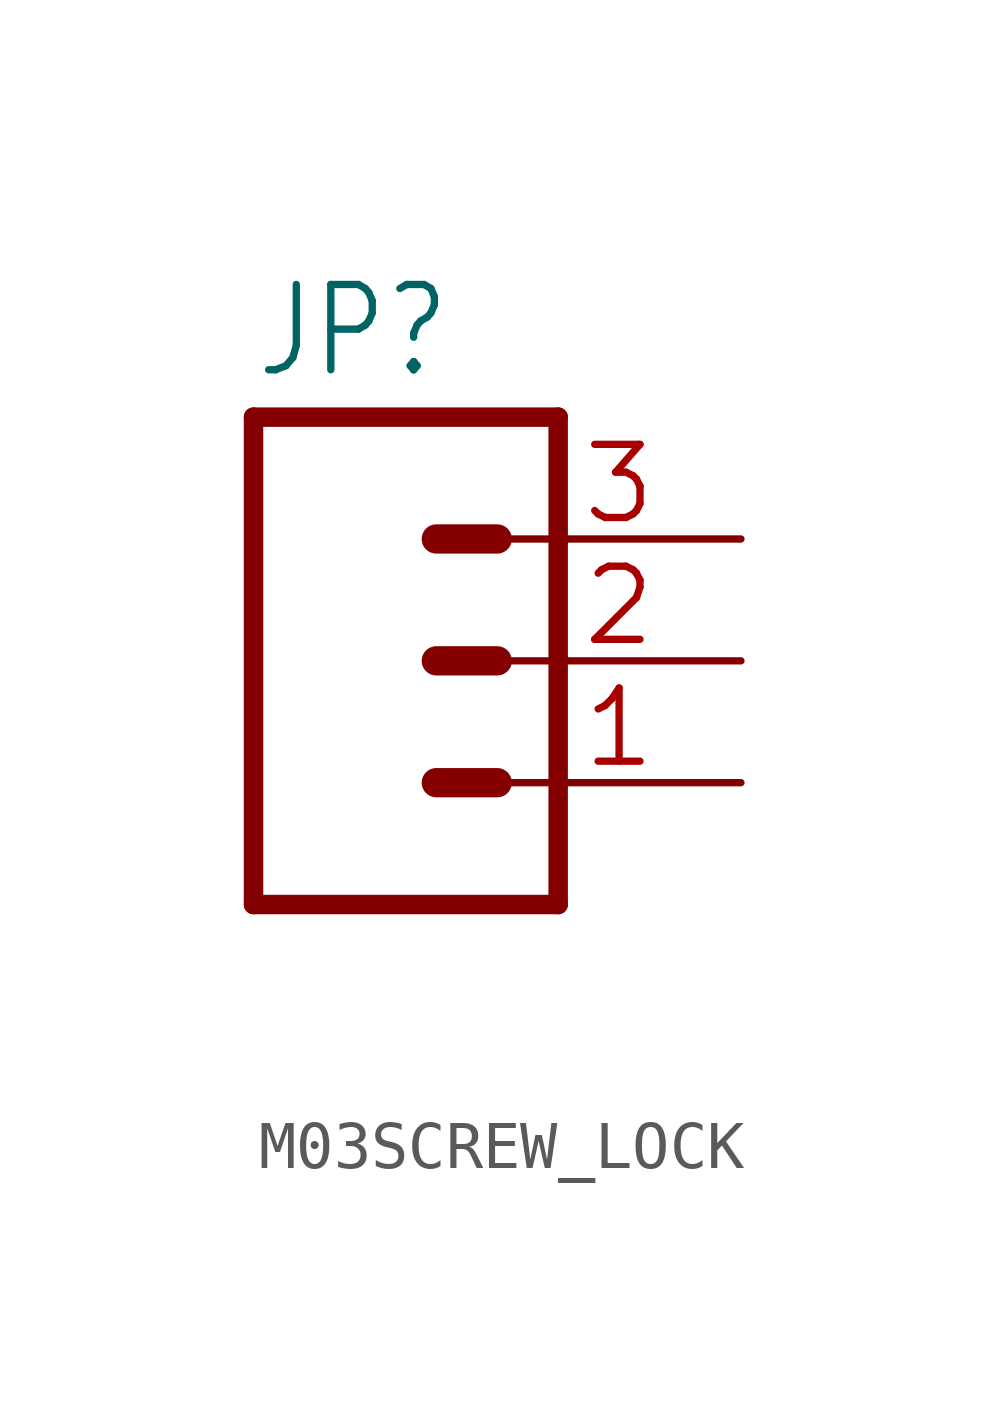
<source format=kicad_sym>
(kicad_symbol_lib
  (version 20241209)
  (generator "kicad_symbol_editor")
  (generator_version "9.0")
  (symbol "M03SCREW_LOCK"
    (property "Reference" "JP"
      (at -2.54 5.842 0)
      (effects (font (size 1.778 1.511)) (justify left bottom)))
    (property "Value" ""
      (at -2.54 -7.62 0)
      (effects (font (size 1.778 1.511)) (justify left bottom)))
    (property "ki_locked" ""
      (at 0 0 0)
      (effects (font (size 1.27 1.27))))
    (symbol "M03SCREW_LOCK_1_0"
      (polyline (pts (xy -2.54 5.08) (xy -2.54 -5.08)) (stroke (width 0.406) (type solid)) (fill (type none)))
      (polyline (pts (xy -2.54 5.08) (xy 3.81 5.08)) (stroke (width 0.406) (type solid)) (fill (type none)))
      (polyline (pts (xy 1.27 2.54) (xy 2.54 2.54)) (stroke (width 0.61) (type solid)) (fill (type none)))
      (polyline (pts (xy 1.27 0) (xy 2.54 0)) (stroke (width 0.61) (type solid)) (fill (type none)))
      (polyline (pts (xy 1.27 -2.54) (xy 2.54 -2.54)) (stroke (width 0.61) (type solid)) (fill (type none)))
      (polyline (pts (xy 3.81 -5.08) (xy -2.54 -5.08)) (stroke (width 0.406) (type solid)) (fill (type none)))
      (polyline (pts (xy 3.81 -5.08) (xy 3.81 5.08)) (stroke (width 0.406) (type solid)) (fill (type none)))
      (pin passive line (at 7.62 2.54 180) (length 5.08) (name "3" (effects (font (size 0 0)))) (number "3" (effects (font (size 1.524 1.524)))))
      (pin passive line (at 7.62 0 180) (length 5.08) (name "2" (effects (font (size 0 0)))) (number "2" (effects (font (size 1.524 1.524)))))
      (pin passive line (at 7.62 -2.54 180) (length 5.08) (name "1" (effects (font (size 0 0)))) (number "1" (effects (font (size 1.524 1.524))))))))
</source>
